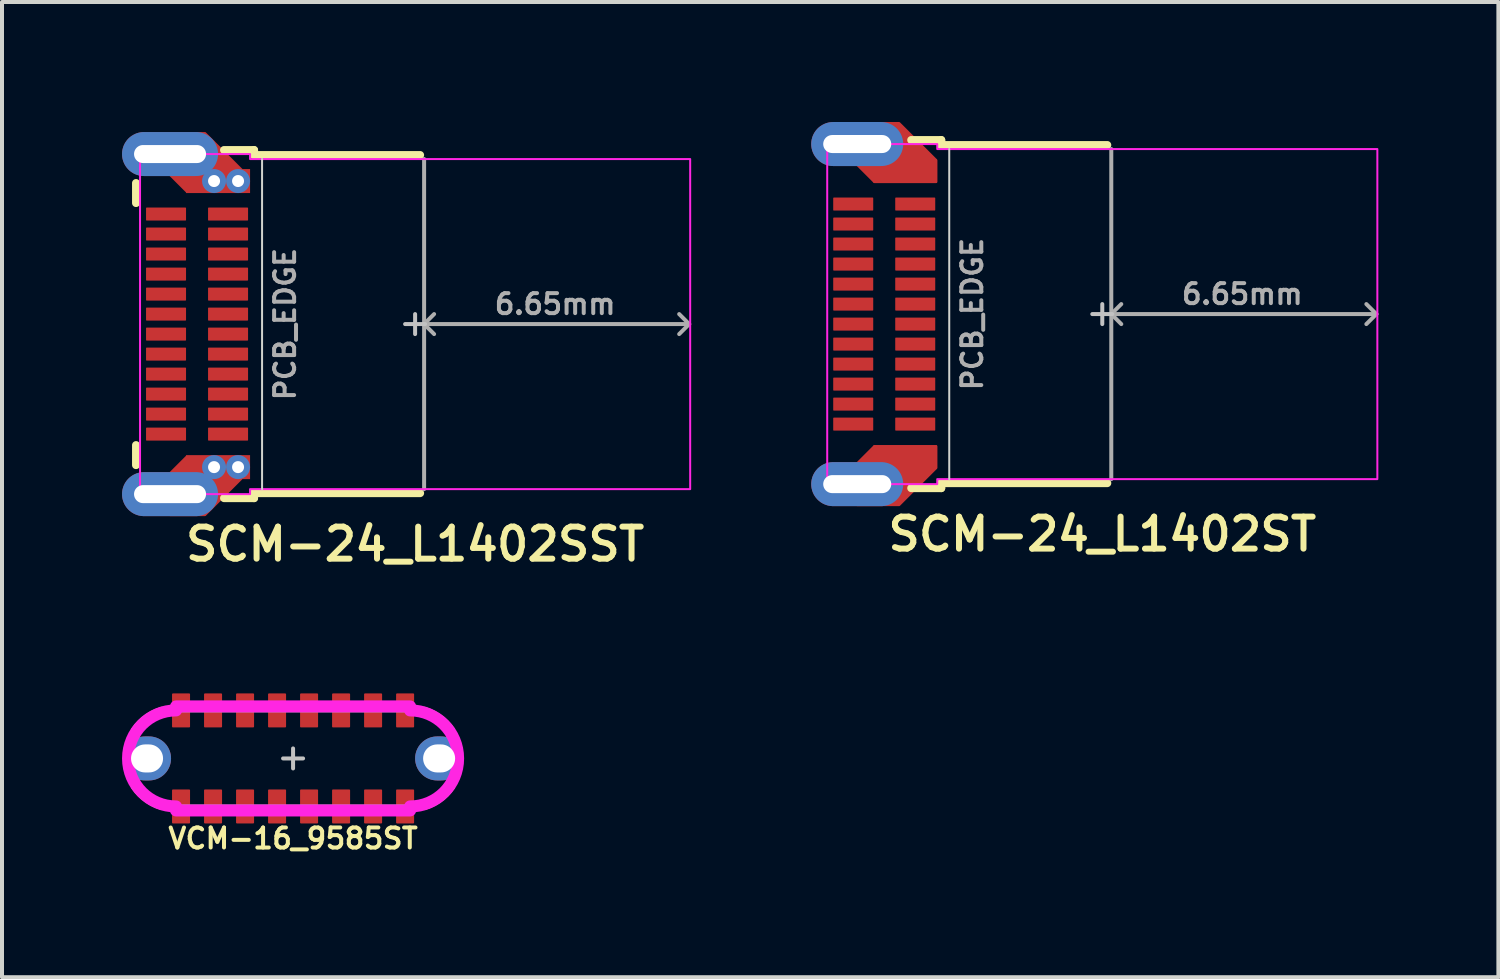
<source format=kicad_pcb>
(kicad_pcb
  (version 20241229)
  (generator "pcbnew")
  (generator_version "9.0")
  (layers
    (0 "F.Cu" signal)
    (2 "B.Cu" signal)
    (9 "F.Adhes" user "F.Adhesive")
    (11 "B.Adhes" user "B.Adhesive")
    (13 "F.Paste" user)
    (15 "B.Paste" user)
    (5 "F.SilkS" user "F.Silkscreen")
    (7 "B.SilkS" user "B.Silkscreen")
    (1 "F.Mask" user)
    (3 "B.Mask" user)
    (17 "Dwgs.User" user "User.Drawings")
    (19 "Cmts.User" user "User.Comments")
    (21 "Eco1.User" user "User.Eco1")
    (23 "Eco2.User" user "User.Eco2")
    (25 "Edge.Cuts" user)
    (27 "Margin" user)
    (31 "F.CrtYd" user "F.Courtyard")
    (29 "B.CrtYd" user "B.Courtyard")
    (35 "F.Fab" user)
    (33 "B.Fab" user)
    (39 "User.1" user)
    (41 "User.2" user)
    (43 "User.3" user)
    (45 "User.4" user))
  (footprint "VCM-16_9585ST"
    (layer "F.Cu")
    (at 4.275 15.906)
    (property "Reference" "VCM-16_9585ST" (at 0 2 0) (unlocked yes) (layer "F.SilkS") (effects (font (size 0.5 0.5) (thickness 0.1))))
    (attr smd)
    (fp_arc (start -3.949999 -0.7) (mid -3.653956 -1.004612) (end -3.272542 -1.191569) (stroke (width 0.2) (type default)) (layer "F.SilkS"))
    (fp_arc (start -3.272541 1.191568) (mid -3.653955 1.004611) (end -3.949998 0.699999) (stroke (width 0.2) (type default)) (layer "F.SilkS"))
    (fp_arc (start 3.272541 -1.191568) (mid 3.653955 -1.004611) (end 3.949998 -0.699999) (stroke (width 0.2) (type default)) (layer "F.SilkS"))
    (fp_arc (start 3.949998 0.699999) (mid 3.653955 1.004611) (end 3.272541 1.191568) (stroke (width 0.2) (type default)) (layer "F.SilkS"))
    (fp_line (start -0.25 0) (end 0.25 0) (stroke (width 0.1) (type default)) (layer "Dwgs.User"))
    (fp_line (start 0 -0.25) (end 0 0.25) (stroke (width 0.1) (type default)) (layer "Dwgs.User"))
    (fp_line (start -2.925 1.3) (end 2.925 1.3) (stroke (width 0.3) (type default)) (layer "F.CrtYd"))
    (fp_line (start 2.925 -1.3) (end -2.925 -1.3) (stroke (width 0.3) (type default)) (layer "F.CrtYd"))
    (fp_arc (start -2.925 1.2) (mid -4.125 0) (end -2.925 -1.2) (stroke (width 0.3) (type default)) (layer "F.CrtYd"))
    (fp_arc (start 2.925 -1.2) (mid 4.125 0) (end 2.925 1.2) (stroke (width 0.3) (type default)) (layer "F.CrtYd"))
    (fp_line (start -2.925 1.2) (end 2.925 1.2) (stroke (width 0.1) (type default)) (layer "F.Fab"))
    (fp_line (start 2.925 -1.2) (end -2.925 -1.2) (stroke (width 0.1) (type default)) (layer "F.Fab"))
    (fp_arc (start -2.925 1.2) (mid -4.125 0) (end -2.925 -1.2) (stroke (width 0.1) (type default)) (layer "F.Fab"))
    (fp_arc (start 2.925 -1.2) (mid 4.125 0) (end 2.925 1.2) (stroke (width 0.1) (type default)) (layer "F.Fab"))
    (pad "A1_B12" smd roundrect (at -2.8 -1.2 90) (size 0.85 0.45) (layers "F.Cu" "F.Mask" "F.Paste") (roundrect_rratio 0.05))
    (pad "A1_B12" smd roundrect (at -2.8 1.2 90) (size 0.85 0.45) (layers "F.Cu" "F.Mask" "F.Paste") (roundrect_rratio 0.05))
    (pad "A4_B9" smd roundrect (at -2 -1.2 90) (size 0.85 0.45) (layers "F.Cu" "F.Mask" "F.Paste") (roundrect_rratio 0.05))
    (pad "A4_B9" smd roundrect (at -2 1.2 90) (size 0.85 0.45) (layers "F.Cu" "F.Mask" "F.Paste") (roundrect_rratio 0.05))
    (pad "A5" smd roundrect (at -1.2 -1.2 90) (size 0.85 0.45) (layers "F.Cu" "F.Mask" "F.Paste") (roundrect_rratio 0.05))
    (pad "A6" smd roundrect (at -0.4 -1.2 90) (size 0.85 0.45) (layers "F.Cu" "F.Mask" "F.Paste") (roundrect_rratio 0.05))
    (pad "A7" smd roundrect (at 0.4 -1.2 90) (size 0.85 0.45) (layers "F.Cu" "F.Mask" "F.Paste") (roundrect_rratio 0.05))
    (pad "A8" smd roundrect (at 1.2 -1.2 90) (size 0.85 0.45) (layers "F.Cu" "F.Mask" "F.Paste") (roundrect_rratio 0.05))
    (pad "B1_A12" smd roundrect (at 2.8 -1.2 90) (size 0.85 0.45) (layers "F.Cu" "F.Mask" "F.Paste") (roundrect_rratio 0.05))
    (pad "B1_A12" smd roundrect (at 2.8 1.2 90) (size 0.85 0.45) (layers "F.Cu" "F.Mask" "F.Paste") (roundrect_rratio 0.05))
    (pad "B4_A9" smd roundrect (at 2 -1.2 90) (size 0.85 0.45) (layers "F.Cu" "F.Mask" "F.Paste") (roundrect_rratio 0.05))
    (pad "B4_A9" smd roundrect (at 2 1.2 90) (size 0.85 0.45) (layers "F.Cu" "F.Mask" "F.Paste") (roundrect_rratio 0.05))
    (pad "B5" smd roundrect (at 1.2 1.2 90) (size 0.85 0.45) (layers "F.Cu" "F.Mask" "F.Paste") (roundrect_rratio 0.05))
    (pad "B6" smd roundrect (at 0.4 1.2 90) (size 0.85 0.45) (layers "F.Cu" "F.Mask" "F.Paste") (roundrect_rratio 0.05))
    (pad "B7" smd roundrect (at -0.4 1.2 90) (size 0.85 0.45) (layers "F.Cu" "F.Mask" "F.Paste") (roundrect_rratio 0.05))
    (pad "B8" smd roundrect (at -1.2 1.2 90) (size 0.85 0.45) (layers "F.Cu" "F.Mask" "F.Paste") (roundrect_rratio 0.05))
    (pad "SHELL" thru_hole oval (at -3.65 0) (size 1.2 1.1) (drill oval 0.8 0.7) (layers "*.Cu" "*.Mask"))
    (pad "SHELL" thru_hole oval (at 3.65 0) (size 1.2 1.1) (drill oval 0.8 0.7) (layers "*.Cu" "*.Mask")))
  (footprint "SCM-24_L1402SST"
    (layer "F.Cu")
    (at 7.325 5.05)
    (property "Reference" "SCM-24_L1402SST" (at 0 5.5 0) (unlocked yes) (layer "F.SilkS") (effects (font (size 0.8 0.8) (thickness 0.15))))
    (attr through_hole)
    (fp_poly (pts (xy -4.625 -3.875) (xy -4.125 -3.875) (xy -4.125 -3.275) (xy -5.725 -3.275) (xy -5.725 -3.6) (xy -5.875 -3.75) (xy -5.875 -4.25) (xy -5 -4.25)) (stroke (width 0.1) (type solid)) (fill yes) (layer "F.Mask"))
    (fp_poly (pts (xy -4.625 3.875) (xy -4.125 3.875) (xy -4.125 3.275) (xy -5.725 3.275) (xy -5.725 3.6) (xy -5.875 3.75) (xy -5.875 4.25) (xy -5 4.25)) (stroke (width 0.1) (type solid)) (fill yes) (layer "F.Mask"))
    (fp_line (start -6.975 -3.525) (end -6.975 -3.025) (stroke (width 0.2) (type solid)) (layer "F.SilkS"))
    (fp_line (start -6.975 3.525) (end -6.975 3.025) (stroke (width 0.2) (type solid)) (layer "F.SilkS"))
    (fp_line (start -4.025 -4.35) (end -4.775 -4.35) (stroke (width 0.2) (type solid)) (layer "F.SilkS"))
    (fp_line (start -4.025 -4.225) (end -4.025 -4.35) (stroke (width 0.2) (type solid)) (layer "F.SilkS"))
    (fp_line (start -4.025 4.225) (end -4.025 4.35) (stroke (width 0.2) (type solid)) (layer "F.SilkS"))
    (fp_line (start -4.025 4.35) (end -4.775 4.35) (stroke (width 0.2) (type solid)) (layer "F.SilkS"))
    (fp_line (start 0.125 -4.225) (end -4.025 -4.225) (stroke (width 0.2) (type solid)) (layer "F.SilkS"))
    (fp_line (start 0.125 4.225) (end -4.025 4.225) (stroke (width 0.2) (type solid)) (layer "F.SilkS"))
    (fp_poly (pts (xy -4.25 -3.875) (xy -4.125 -3.875) (xy -4.125 -3.275) (xy -5.775 -3.275) (xy -6 -3.5) (xy -7 -3.5) (xy -7.275 -3.775) (xy -7.275 -4.725) (xy -7 -5) (xy -5.375 -5)) (stroke (width 0.1) (type solid)) (fill yes) (layer "F.Paste"))
    (fp_poly (pts (xy -4.25 3.875) (xy -4.125 3.875) (xy -4.125 3.275) (xy -5.775 3.275) (xy -6 3.5) (xy -7 3.5) (xy -7.275 3.775) (xy -7.275 4.725) (xy -7 5) (xy -5.375 5)) (stroke (width 0.1) (type solid)) (fill yes) (layer "F.Paste"))
    (fp_line (start -0.25 0) (end 0.25 0) (stroke (width 0.1) (type solid)) (layer "Dwgs.User"))
    (fp_line (start 0 0.25) (end 0 -0.25) (stroke (width 0.1) (type solid)) (layer "Dwgs.User"))
    (fp_line (start -3.825 -4.125) (end -3.825 4.125) (stroke (width 0.05) (type solid)) (layer "Edge.Cuts"))
    (fp_poly (pts (xy -4.125 -4.25) (xy -4.125 -4.125) (xy 6.875 -4.125) (xy 6.875 4.125) (xy -4.125 4.125) (xy -4.125 4.25) (xy -6.875 4.25) (xy -6.875 -4.25)) (stroke (width 0.05) (type solid)) (fill no) (layer "F.CrtYd"))
    (fp_line (start 0.225 -4.125) (end 0.225 4.125) (stroke (width 0.1) (type solid)) (layer "F.Fab"))
    (fp_line (start 0.225 0) (end 0.475 -0.25) (stroke (width 0.1) (type solid)) (layer "F.Fab"))
    (fp_line (start 0.225 0) (end 6.85 0) (stroke (width 0.1) (type solid)) (layer "F.Fab"))
    (fp_line (start 0.475 0.25) (end 0.225 0) (stroke (width 0.1) (type solid)) (layer "F.Fab"))
    (fp_line (start 6.6 -0.25) (end 6.85 0) (stroke (width 0.1) (type solid)) (layer "F.Fab"))
    (fp_line (start 6.85 0) (end 6.6 0.25) (stroke (width 0.1) (type solid)) (layer "F.Fab"))
    (fp_text user "6.65mm" (at 3.5 -0.5 180) (layer "F.Fab") (effects (font (size 0.5 0.5) (thickness 0.1))))
    (fp_text user "PCB_EDGE" (at -3.25 0 270) (layer "F.Fab") (effects (font (size 0.5 0.5) (thickness 0.1))))
    (pad "A1" smd roundrect (at -6.225 -2.75) (size 1 0.325) (layers "F.Cu" "F.Mask" "F.Paste") (roundrect_rratio 0.05))
    (pad "A2" smd roundrect (at -6.225 -2.25) (size 1 0.325) (layers "F.Cu" "F.Mask" "F.Paste") (roundrect_rratio 0.05))
    (pad "A3" smd roundrect (at -6.225 -1.75) (size 1 0.325) (layers "F.Cu" "F.Mask" "F.Paste") (roundrect_rratio 0.05))
    (pad "A4" smd roundrect (at -6.225 -1.25) (size 1 0.325) (layers "F.Cu" "F.Mask" "F.Paste") (roundrect_rratio 0.05))
    (pad "A5" smd roundrect (at -6.225 -0.75) (size 1 0.325) (layers "F.Cu" "F.Mask" "F.Paste") (roundrect_rratio 0.05))
    (pad "A6" smd roundrect (at -6.225 -0.25) (size 1 0.325) (layers "F.Cu" "F.Mask" "F.Paste") (roundrect_rratio 0.05))
    (pad "A7" smd roundrect (at -6.225 0.25) (size 1 0.325) (layers "F.Cu" "F.Mask" "F.Paste") (roundrect_rratio 0.05))
    (pad "A8" smd roundrect (at -6.225 0.75) (size 1 0.325) (layers "F.Cu" "F.Mask" "F.Paste") (roundrect_rratio 0.05))
    (pad "A9" smd roundrect (at -6.225 1.25) (size 1 0.325) (layers "F.Cu" "F.Mask" "F.Paste") (roundrect_rratio 0.05))
    (pad "A10" smd roundrect (at -6.225 1.75) (size 1 0.325) (layers "F.Cu" "F.Mask" "F.Paste") (roundrect_rratio 0.05))
    (pad "A11" smd roundrect (at -6.225 2.25) (size 1 0.325) (layers "F.Cu" "F.Mask" "F.Paste") (roundrect_rratio 0.05))
    (pad "A12" smd roundrect (at -6.225 2.75) (size 1 0.325) (layers "F.Cu" "F.Mask" "F.Paste") (roundrect_rratio 0.05))
    (pad "B1" smd roundrect (at -4.675 2.75) (size 1 0.325) (layers "F.Cu" "F.Mask" "F.Paste") (roundrect_rratio 0.05))
    (pad "B2" smd roundrect (at -4.675 2.25) (size 1 0.325) (layers "F.Cu" "F.Mask" "F.Paste") (roundrect_rratio 0.05))
    (pad "B3" smd roundrect (at -4.675 1.75) (size 1 0.325) (layers "F.Cu" "F.Mask" "F.Paste") (roundrect_rratio 0.05))
    (pad "B4" smd roundrect (at -4.675 1.25) (size 1 0.325) (layers "F.Cu" "F.Mask" "F.Paste") (roundrect_rratio 0.05))
    (pad "B5" smd roundrect (at -4.675 0.75) (size 1 0.325) (layers "F.Cu" "F.Mask" "F.Paste") (roundrect_rratio 0.05))
    (pad "B6" smd roundrect (at -4.675 0.25) (size 1 0.325) (layers "F.Cu" "F.Mask" "F.Paste") (roundrect_rratio 0.05))
    (pad "B7" smd roundrect (at -4.675 -0.25) (size 1 0.325) (layers "F.Cu" "F.Mask" "F.Paste") (roundrect_rratio 0.05))
    (pad "B8" smd roundrect (at -4.675 -0.75) (size 1 0.325) (layers "F.Cu" "F.Mask" "F.Paste") (roundrect_rratio 0.05))
    (pad "B9" smd roundrect (at -4.675 -1.25) (size 1 0.325) (layers "F.Cu" "F.Mask" "F.Paste") (roundrect_rratio 0.05))
    (pad "B10" smd roundrect (at -4.675 -1.75) (size 1 0.325) (layers "F.Cu" "F.Mask" "F.Paste") (roundrect_rratio 0.05))
    (pad "B11" smd roundrect (at -4.675 -2.25) (size 1 0.325) (layers "F.Cu" "F.Mask" "F.Paste") (roundrect_rratio 0.05))
    (pad "B12" smd roundrect (at -4.675 -2.75) (size 1 0.325) (layers "F.Cu" "F.Mask" "F.Paste") (roundrect_rratio 0.05))
    (pad "SHELL" thru_hole oval (at -6.125 -4.25 180) (size 2.4 1.1) (drill oval 1.8 0.45) (layers "*.Cu" "*.Mask"))
    (pad "SHELL" thru_hole oval (at -6.125 4.25 180) (size 2.4 1.1) (drill oval 1.8 0.45) (layers "*.Cu" "*.Mask"))
    (pad "SHELL" thru_hole circle (at -5.025 -3.575 180) (size 0.6 0.6) (drill 0.3) (layers "*.Cu" "F.Mask"))
    (pad "SHELL" thru_hole circle (at -5.025 3.575 180) (size 0.6 0.6) (drill 0.3) (layers "*.Cu" "F.Mask"))
    (pad "SHELL" smd custom (at -4.925 -3.575) (size 1.6 0.6) (layers "F.Cu") (options (anchor rect)) (primitives (gr_poly (pts (xy -0.775 0.275) (xy 0.775 0.275) (xy 0.775 -0.1) (xy -0.325 -1.2) (xy -1.2 -1.2) (xy -1.2 -0.15)) (width 0.05) (fill yes))))
    (pad "SHELL" smd custom (at -4.925 3.575) (size 1.6 0.6) (layers "F.Cu") (options (anchor rect)) (primitives (gr_poly (pts (xy -0.775 -0.275) (xy 0.775 -0.275) (xy 0.775 0.1) (xy -0.325 1.2) (xy -1.2 1.2) (xy -1.2 0.15)) (width 0.05) (fill yes)) (gr_poly (pts (xy 0.8 0.27) (xy 0.798 0.281) (xy 0.791 0.291) (xy 0.781 0.298) (xy 0.77 0.3) (xy -0.77 0.3) (xy -0.781 0.298) (xy -0.791 0.291) (xy -0.798 0.281) (xy -0.8 0.27) (xy -0.8 -0.27) (xy -0.798 -0.281) (xy -0.791 -0.291) (xy -0.781 -0.298) (xy -0.77 -0.3) (xy 0.77 -0.3) (xy 0.781 -0.298) (xy 0.791 -0.291) (xy 0.798 -0.281) (xy 0.8 -0.27)) (width 0) (fill yes))))
    (pad "SHELL" thru_hole circle (at -4.425 -3.575 180) (size 0.6 0.6) (drill 0.3) (layers "*.Cu" "F.Mask"))
    (pad "SHELL" thru_hole circle (at -4.425 3.575 180) (size 0.6 0.6) (drill 0.3) (layers "*.Cu" "F.Mask")))
  (footprint "SCM-24_L1402ST"
    (layer "F.Cu")
    (at 24.5 4.8)
    (property "Reference" "SCM-24_L1402ST" (at 0 5.5 0) (unlocked yes) (layer "F.SilkS") (effects (font (size 0.8 0.8) (thickness 0.15))))
    (attr through_hole)
    (fp_poly (pts (xy -5.7 -3.3) (xy -4.15 -3.3) (xy -4.15 -3.85) (xy -5.075 -4.775) (xy -6.125 -4.775) (xy -6.125 -3.725)) (stroke (width 0.05) (type solid)) (fill yes) (layer "F.Cu"))
    (fp_poly (pts (xy -5.7 3.3) (xy -4.15 3.3) (xy -4.15 3.85) (xy -5.075 4.775) (xy -6.125 4.775) (xy -6.125 3.725)) (stroke (width 0.05) (type solid)) (fill yes) (layer "F.Cu"))
    (fp_line (start -4.025 -4.35) (end -4.775 -4.35) (stroke (width 0.2) (type solid)) (layer "F.SilkS"))
    (fp_line (start -4.025 -4.225) (end -4.025 -4.35) (stroke (width 0.2) (type solid)) (layer "F.SilkS"))
    (fp_line (start -4.025 4.225) (end -4.025 4.35) (stroke (width 0.2) (type solid)) (layer "F.SilkS"))
    (fp_line (start -4.025 4.35) (end -4.775 4.35) (stroke (width 0.2) (type solid)) (layer "F.SilkS"))
    (fp_line (start 0.125 -4.225) (end -4.025 -4.225) (stroke (width 0.2) (type solid)) (layer "F.SilkS"))
    (fp_line (start 0.125 4.225) (end -4.025 4.225) (stroke (width 0.2) (type solid)) (layer "F.SilkS"))
    (fp_line (start -0.25 0) (end 0.25 0) (stroke (width 0.1) (type solid)) (layer "Dwgs.User"))
    (fp_line (start 0 0.25) (end 0 -0.25) (stroke (width 0.1) (type solid)) (layer "Dwgs.User"))
    (fp_line (start -3.825 -4.125) (end -3.825 4.125) (stroke (width 0.05) (type solid)) (layer "Edge.Cuts"))
    (fp_poly (pts (xy -4.125 -4.25) (xy -4.125 -4.125) (xy 6.875 -4.125) (xy 6.875 4.125) (xy -4.125 4.125) (xy -4.125 4.25) (xy -6.875 4.25) (xy -6.875 -4.25)) (stroke (width 0.05) (type solid)) (fill no) (layer "F.CrtYd"))
    (fp_line (start 0.225 -4.125) (end 0.225 4.125) (stroke (width 0.1) (type solid)) (layer "F.Fab"))
    (fp_line (start 0.225 0) (end 0.475 -0.25) (stroke (width 0.1) (type solid)) (layer "F.Fab"))
    (fp_line (start 0.225 0) (end 6.85 0) (stroke (width 0.1) (type solid)) (layer "F.Fab"))
    (fp_line (start 0.475 0.25) (end 0.225 0) (stroke (width 0.1) (type solid)) (layer "F.Fab"))
    (fp_line (start 6.6 -0.25) (end 6.85 0) (stroke (width 0.1) (type solid)) (layer "F.Fab"))
    (fp_line (start 6.85 0) (end 6.6 0.25) (stroke (width 0.1) (type solid)) (layer "F.Fab"))
    (fp_text user "6.65mm" (at 3.5 -0.5 0) (unlocked yes) (layer "F.Fab") (effects (font (size 0.5 0.5) (thickness 0.1))))
    (fp_text user "PCB_EDGE" (at -3.25 0 90) (unlocked yes) (layer "F.Fab") (effects (font (size 0.5 0.5) (thickness 0.1))))
    (pad "A1" smd roundrect (at -6.225 -2.75 180) (size 1 0.325) (layers "F.Cu" "F.Mask" "F.Paste") (roundrect_rratio 0.05))
    (pad "A2" smd roundrect (at -6.225 -2.25 180) (size 1 0.325) (layers "F.Cu" "F.Mask" "F.Paste") (roundrect_rratio 0.05))
    (pad "A3" smd roundrect (at -6.225 -1.75 180) (size 1 0.325) (layers "F.Cu" "F.Mask" "F.Paste") (roundrect_rratio 0.05))
    (pad "A4" smd roundrect (at -6.225 -1.25 180) (size 1 0.325) (layers "F.Cu" "F.Mask" "F.Paste") (roundrect_rratio 0.05))
    (pad "A5" smd roundrect (at -6.225 -0.75 180) (size 1 0.325) (layers "F.Cu" "F.Mask" "F.Paste") (roundrect_rratio 0.05))
    (pad "A6" smd roundrect (at -6.225 -0.25 180) (size 1 0.325) (layers "F.Cu" "F.Mask" "F.Paste") (roundrect_rratio 0.05))
    (pad "A7" smd roundrect (at -6.225 0.25 180) (size 1 0.325) (layers "F.Cu" "F.Mask" "F.Paste") (roundrect_rratio 0.05))
    (pad "A8" smd roundrect (at -6.225 0.75 180) (size 1 0.325) (layers "F.Cu" "F.Mask" "F.Paste") (roundrect_rratio 0.05))
    (pad "A9" smd roundrect (at -6.225 1.25 180) (size 1 0.325) (layers "F.Cu" "F.Mask" "F.Paste") (roundrect_rratio 0.05))
    (pad "A10" smd roundrect (at -6.225 1.75 180) (size 1 0.325) (layers "F.Cu" "F.Mask" "F.Paste") (roundrect_rratio 0.05))
    (pad "A11" smd roundrect (at -6.225 2.25 180) (size 1 0.325) (layers "F.Cu" "F.Mask" "F.Paste") (roundrect_rratio 0.05))
    (pad "A12" smd roundrect (at -6.225 2.75 180) (size 1 0.325) (layers "F.Cu" "F.Mask" "F.Paste") (roundrect_rratio 0.05))
    (pad "B1" smd roundrect (at -4.675 2.75 180) (size 1 0.325) (layers "F.Cu" "F.Mask" "F.Paste") (roundrect_rratio 0.05))
    (pad "B2" smd roundrect (at -4.675 2.25 180) (size 1 0.325) (layers "F.Cu" "F.Mask" "F.Paste") (roundrect_rratio 0.05))
    (pad "B3" smd roundrect (at -4.675 1.75 180) (size 1 0.325) (layers "F.Cu" "F.Mask" "F.Paste") (roundrect_rratio 0.05))
    (pad "B4" smd roundrect (at -4.675 1.25 180) (size 1 0.325) (layers "F.Cu" "F.Mask" "F.Paste") (roundrect_rratio 0.05))
    (pad "B5" smd roundrect (at -4.675 0.75 180) (size 1 0.325) (layers "F.Cu" "F.Mask" "F.Paste") (roundrect_rratio 0.05))
    (pad "B6" smd roundrect (at -4.675 0.25 180) (size 1 0.325) (layers "F.Cu" "F.Mask" "F.Paste") (roundrect_rratio 0.05))
    (pad "B7" smd roundrect (at -4.675 -0.25 180) (size 1 0.325) (layers "F.Cu" "F.Mask" "F.Paste") (roundrect_rratio 0.05))
    (pad "B8" smd roundrect (at -4.675 -0.75 180) (size 1 0.325) (layers "F.Cu" "F.Mask" "F.Paste") (roundrect_rratio 0.05))
    (pad "B9" smd roundrect (at -4.675 -1.25 180) (size 1 0.325) (layers "F.Cu" "F.Mask" "F.Paste") (roundrect_rratio 0.05))
    (pad "B10" smd roundrect (at -4.675 -1.75 180) (size 1 0.325) (layers "F.Cu" "F.Mask" "F.Paste") (roundrect_rratio 0.05))
    (pad "B11" smd roundrect (at -4.675 -2.25 180) (size 1 0.325) (layers "F.Cu" "F.Mask" "F.Paste") (roundrect_rratio 0.05))
    (pad "B12" smd roundrect (at -4.675 -2.75 180) (size 1 0.325) (layers "F.Cu" "F.Mask" "F.Paste") (roundrect_rratio 0.05))
    (pad "SHELL" thru_hole oval (at -6.125 -4.25 180) (size 2.3 1.1) (drill oval 1.7 0.45) (layers "*.Cu" "*.Mask"))
    (pad "SHELL" thru_hole oval (at -6.125 4.25 180) (size 2.3 1.1) (drill oval 1.7 0.45) (layers "*.Cu" "*.Mask"))
    (pad "SHELL" smd roundrect (at -4.925 -3.575 180) (size 1.6 0.6) (layers "F.Cu" "F.Mask" "F.Paste") (roundrect_rratio 0.05))
    (pad "SHELL" smd roundrect (at -4.925 3.575 180) (size 1.6 0.6) (layers "F.Cu" "F.Mask" "F.Paste") (roundrect_rratio 0.05)))
  (gr_rect
    (start -3 -3)
    (end 34.4 21.374)
    (stroke (width 0.1) (type default))
    (fill no)
    (layer "Edge.Cuts")))
</source>
